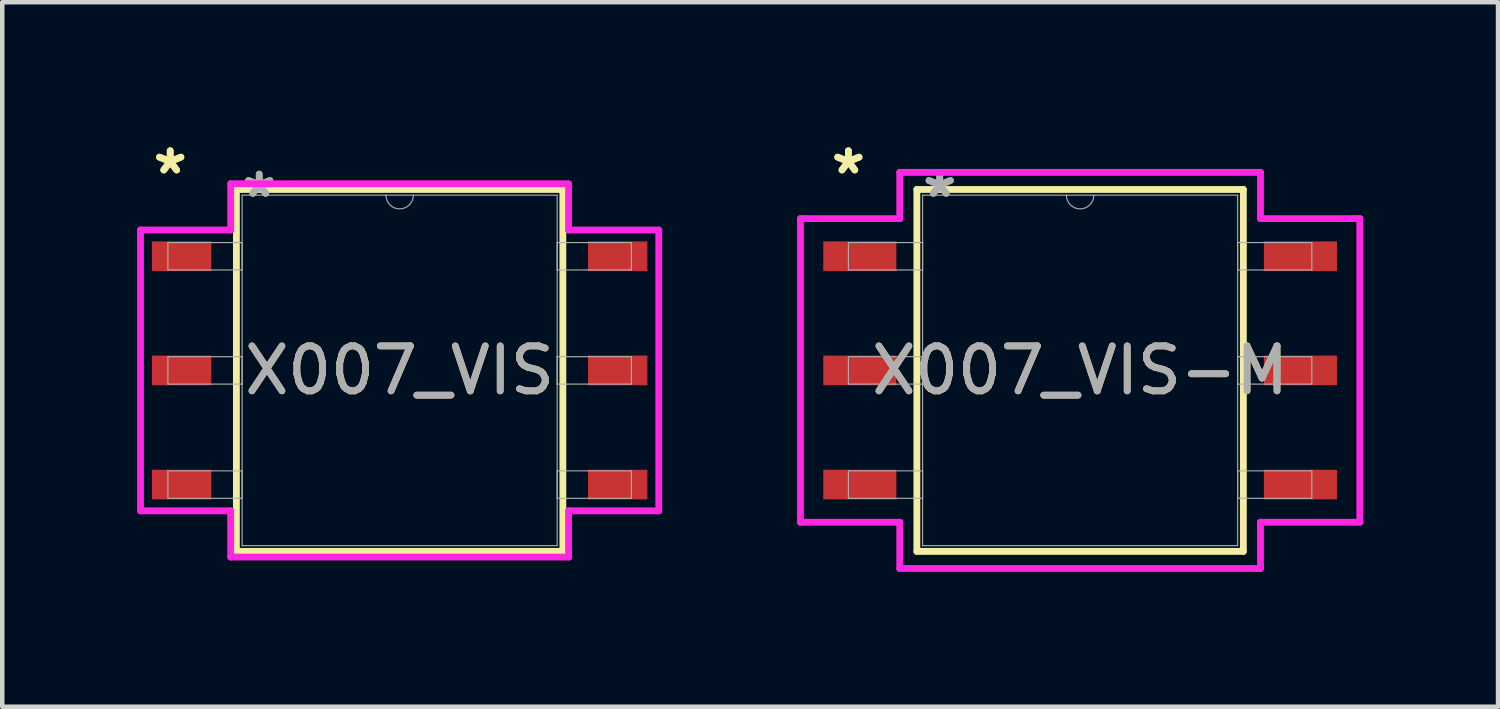
<source format=kicad_pcb>
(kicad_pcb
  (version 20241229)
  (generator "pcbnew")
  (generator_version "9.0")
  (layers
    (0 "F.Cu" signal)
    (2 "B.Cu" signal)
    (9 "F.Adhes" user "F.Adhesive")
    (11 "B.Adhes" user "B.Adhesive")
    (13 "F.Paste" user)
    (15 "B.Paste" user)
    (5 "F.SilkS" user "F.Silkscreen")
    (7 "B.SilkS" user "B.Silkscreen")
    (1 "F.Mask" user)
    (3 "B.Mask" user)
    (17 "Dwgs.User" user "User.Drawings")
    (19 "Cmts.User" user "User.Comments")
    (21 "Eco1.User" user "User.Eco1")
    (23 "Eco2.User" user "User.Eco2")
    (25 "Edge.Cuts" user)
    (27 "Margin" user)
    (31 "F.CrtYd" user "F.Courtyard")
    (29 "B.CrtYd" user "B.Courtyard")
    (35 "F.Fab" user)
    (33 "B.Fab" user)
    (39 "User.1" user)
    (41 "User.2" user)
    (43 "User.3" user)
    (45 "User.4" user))
  (footprint "X007_VIS"
    (layer "F.Cu")
    (at 5.842 5.192)
    (property "Reference" "X007_VIS" (at 0 0 0) (unlocked yes) (layer "F.SilkS") (effects (font (size 1 1) (thickness 0.15))))
    (attr smd)
    (fp_line (start -3.632 -4.026) (end -3.632 4.026) (stroke (width 0.152) (type solid)) (layer "F.SilkS"))
    (fp_line (start -3.632 4.026) (end 3.632 4.026) (stroke (width 0.152) (type solid)) (layer "F.SilkS"))
    (fp_line (start 3.632 -4.026) (end -3.632 -4.026) (stroke (width 0.152) (type solid)) (layer "F.SilkS"))
    (fp_line (start 3.632 4.026) (end 3.632 -4.026) (stroke (width 0.152) (type solid)) (layer "F.SilkS"))
    (fp_line (start -5.766 -3.124) (end -3.759 -3.124) (stroke (width 0.152) (type solid)) (layer "F.CrtYd"))
    (fp_line (start -5.766 3.124) (end -5.766 -3.124) (stroke (width 0.152) (type solid)) (layer "F.CrtYd"))
    (fp_line (start -5.766 3.124) (end -3.759 3.124) (stroke (width 0.152) (type solid)) (layer "F.CrtYd"))
    (fp_line (start -3.759 -4.153) (end 3.759 -4.153) (stroke (width 0.152) (type solid)) (layer "F.CrtYd"))
    (fp_line (start -3.759 -3.124) (end -3.759 -4.153) (stroke (width 0.152) (type solid)) (layer "F.CrtYd"))
    (fp_line (start -3.759 4.153) (end -3.759 3.124) (stroke (width 0.152) (type solid)) (layer "F.CrtYd"))
    (fp_line (start 3.759 -4.153) (end 3.759 -3.124) (stroke (width 0.152) (type solid)) (layer "F.CrtYd"))
    (fp_line (start 3.759 3.124) (end 3.759 4.153) (stroke (width 0.152) (type solid)) (layer "F.CrtYd"))
    (fp_line (start 3.759 4.153) (end -3.759 4.153) (stroke (width 0.152) (type solid)) (layer "F.CrtYd"))
    (fp_line (start 5.766 -3.124) (end 3.759 -3.124) (stroke (width 0.152) (type solid)) (layer "F.CrtYd"))
    (fp_line (start 5.766 -3.124) (end 5.766 3.124) (stroke (width 0.152) (type solid)) (layer "F.CrtYd"))
    (fp_line (start 5.766 3.124) (end 3.759 3.124) (stroke (width 0.152) (type solid)) (layer "F.CrtYd"))
    (fp_line (start -5.156 -2.845) (end -5.156 -2.235) (stroke (width 0.025) (type solid)) (layer "F.Fab"))
    (fp_line (start -5.156 -2.235) (end -3.505 -2.235) (stroke (width 0.025) (type solid)) (layer "F.Fab"))
    (fp_line (start -5.156 -0.305) (end -5.156 0.305) (stroke (width 0.025) (type solid)) (layer "F.Fab"))
    (fp_line (start -5.156 0.305) (end -3.505 0.305) (stroke (width 0.025) (type solid)) (layer "F.Fab"))
    (fp_line (start -5.156 2.235) (end -5.156 2.845) (stroke (width 0.025) (type solid)) (layer "F.Fab"))
    (fp_line (start -5.156 2.845) (end -3.505 2.845) (stroke (width 0.025) (type solid)) (layer "F.Fab"))
    (fp_line (start -3.505 -3.899) (end -3.505 3.899) (stroke (width 0.025) (type solid)) (layer "F.Fab"))
    (fp_line (start -3.505 -2.845) (end -5.156 -2.845) (stroke (width 0.025) (type solid)) (layer "F.Fab"))
    (fp_line (start -3.505 -2.235) (end -3.505 -2.845) (stroke (width 0.025) (type solid)) (layer "F.Fab"))
    (fp_line (start -3.505 -0.305) (end -5.156 -0.305) (stroke (width 0.025) (type solid)) (layer "F.Fab"))
    (fp_line (start -3.505 0.305) (end -3.505 -0.305) (stroke (width 0.025) (type solid)) (layer "F.Fab"))
    (fp_line (start -3.505 2.235) (end -5.156 2.235) (stroke (width 0.025) (type solid)) (layer "F.Fab"))
    (fp_line (start -3.505 2.845) (end -3.505 2.235) (stroke (width 0.025) (type solid)) (layer "F.Fab"))
    (fp_line (start -3.505 3.899) (end 3.505 3.899) (stroke (width 0.025) (type solid)) (layer "F.Fab"))
    (fp_line (start 3.505 -3.899) (end -3.505 -3.899) (stroke (width 0.025) (type solid)) (layer "F.Fab"))
    (fp_line (start 3.505 -2.845) (end 3.505 -2.235) (stroke (width 0.025) (type solid)) (layer "F.Fab"))
    (fp_line (start 3.505 -2.235) (end 5.156 -2.235) (stroke (width 0.025) (type solid)) (layer "F.Fab"))
    (fp_line (start 3.505 -0.305) (end 3.505 0.305) (stroke (width 0.025) (type solid)) (layer "F.Fab"))
    (fp_line (start 3.505 0.305) (end 5.156 0.305) (stroke (width 0.025) (type solid)) (layer "F.Fab"))
    (fp_line (start 3.505 2.235) (end 3.505 2.845) (stroke (width 0.025) (type solid)) (layer "F.Fab"))
    (fp_line (start 3.505 2.845) (end 5.156 2.845) (stroke (width 0.025) (type solid)) (layer "F.Fab"))
    (fp_line (start 3.505 3.899) (end 3.505 -3.899) (stroke (width 0.025) (type solid)) (layer "F.Fab"))
    (fp_line (start 5.156 -2.845) (end 3.505 -2.845) (stroke (width 0.025) (type solid)) (layer "F.Fab"))
    (fp_line (start 5.156 -2.235) (end 5.156 -2.845) (stroke (width 0.025) (type solid)) (layer "F.Fab"))
    (fp_line (start 5.156 -0.305) (end 3.505 -0.305) (stroke (width 0.025) (type solid)) (layer "F.Fab"))
    (fp_line (start 5.156 0.305) (end 5.156 -0.305) (stroke (width 0.025) (type solid)) (layer "F.Fab"))
    (fp_line (start 5.156 2.235) (end 3.505 2.235) (stroke (width 0.025) (type solid)) (layer "F.Fab"))
    (fp_line (start 5.156 2.845) (end 5.156 2.235) (stroke (width 0.025) (type solid)) (layer "F.Fab"))
    (fp_arc (start 0.3048 -3.8989) (mid 0 -3.5941) (end -0.3048 -3.8989) (stroke (width 0.0254) (type solid)) (layer "F.Fab"))
    (fp_text user "*" (at -5.105 -4.343 0) (unlocked yes) (layer "F.SilkS") (effects (font (size 1 1) (thickness 0.15))))
    (fp_text user "*" (at -5.105 -4.343 0) (layer "F.SilkS") (effects (font (size 1 1) (thickness 0.15))))
    (fp_text user "*" (at -3.124 -3.823 0) (unlocked yes) (layer "F.Fab") (effects (font (size 1 1) (thickness 0.15))))
    (fp_text user "*" (at -3.124 -3.823 0) (layer "F.Fab") (effects (font (size 1 1) (thickness 0.15))))
    (fp_text user "${REFERENCE}" (at 0 0 0) (unlocked yes) (layer "F.Fab") (effects (font (size 1 1) (thickness 0.15))))
    (pad "1" smd rect (at -4.851 -2.54) (size 1.321 0.66) (layers "F.Cu" "F.Mask" "F.Paste"))
    (pad "2" smd rect (at -4.851 0) (size 1.321 0.66) (layers "F.Cu" "F.Mask" "F.Paste"))
    (pad "3" smd rect (at -4.851 2.54) (size 1.321 0.66) (layers "F.Cu" "F.Mask" "F.Paste"))
    (pad "4" smd rect (at 4.851 2.54) (size 1.321 0.66) (layers "F.Cu" "F.Mask" "F.Paste"))
    (pad "5" smd rect (at 4.851 0) (size 1.321 0.66) (layers "F.Cu" "F.Mask" "F.Paste"))
    (pad "6" smd rect (at 4.851 -2.54) (size 1.321 0.66) (layers "F.Cu" "F.Mask" "F.Paste")))
  (footprint "X007_VIS-M"
    (layer "F.Cu")
    (at 20.983 5.192)
    (property "Reference" "X007_VIS-M" (at 0 0 0) (unlocked yes) (layer "F.SilkS") (effects (font (size 1 1) (thickness 0.15))))
    (attr smd)
    (fp_line (start -3.632 -4.026) (end -3.632 4.026) (stroke (width 0.152) (type solid)) (layer "F.SilkS"))
    (fp_line (start -3.632 4.026) (end 3.632 4.026) (stroke (width 0.152) (type solid)) (layer "F.SilkS"))
    (fp_line (start 3.632 -4.026) (end -3.632 -4.026) (stroke (width 0.152) (type solid)) (layer "F.SilkS"))
    (fp_line (start 3.632 4.026) (end 3.632 -4.026) (stroke (width 0.152) (type solid)) (layer "F.SilkS"))
    (fp_line (start -6.223 -3.378) (end -4.013 -3.378) (stroke (width 0.152) (type solid)) (layer "F.CrtYd"))
    (fp_line (start -6.223 3.378) (end -6.223 -3.378) (stroke (width 0.152) (type solid)) (layer "F.CrtYd"))
    (fp_line (start -6.223 3.378) (end -4.013 3.378) (stroke (width 0.152) (type solid)) (layer "F.CrtYd"))
    (fp_line (start -4.013 -4.407) (end 4.013 -4.407) (stroke (width 0.152) (type solid)) (layer "F.CrtYd"))
    (fp_line (start -4.013 -3.378) (end -4.013 -4.407) (stroke (width 0.152) (type solid)) (layer "F.CrtYd"))
    (fp_line (start -4.013 4.407) (end -4.013 3.378) (stroke (width 0.152) (type solid)) (layer "F.CrtYd"))
    (fp_line (start 4.013 -4.407) (end 4.013 -3.378) (stroke (width 0.152) (type solid)) (layer "F.CrtYd"))
    (fp_line (start 4.013 3.378) (end 4.013 4.407) (stroke (width 0.152) (type solid)) (layer "F.CrtYd"))
    (fp_line (start 4.013 4.407) (end -4.013 4.407) (stroke (width 0.152) (type solid)) (layer "F.CrtYd"))
    (fp_line (start 6.223 -3.378) (end 4.013 -3.378) (stroke (width 0.152) (type solid)) (layer "F.CrtYd"))
    (fp_line (start 6.223 -3.378) (end 6.223 3.378) (stroke (width 0.152) (type solid)) (layer "F.CrtYd"))
    (fp_line (start 6.223 3.378) (end 4.013 3.378) (stroke (width 0.152) (type solid)) (layer "F.CrtYd"))
    (fp_line (start -5.156 -2.845) (end -5.156 -2.235) (stroke (width 0.025) (type solid)) (layer "F.Fab"))
    (fp_line (start -5.156 -2.235) (end -3.505 -2.235) (stroke (width 0.025) (type solid)) (layer "F.Fab"))
    (fp_line (start -5.156 -0.305) (end -5.156 0.305) (stroke (width 0.025) (type solid)) (layer "F.Fab"))
    (fp_line (start -5.156 0.305) (end -3.505 0.305) (stroke (width 0.025) (type solid)) (layer "F.Fab"))
    (fp_line (start -5.156 2.235) (end -5.156 2.845) (stroke (width 0.025) (type solid)) (layer "F.Fab"))
    (fp_line (start -5.156 2.845) (end -3.505 2.845) (stroke (width 0.025) (type solid)) (layer "F.Fab"))
    (fp_line (start -3.505 -3.899) (end -3.505 3.899) (stroke (width 0.025) (type solid)) (layer "F.Fab"))
    (fp_line (start -3.505 -2.845) (end -5.156 -2.845) (stroke (width 0.025) (type solid)) (layer "F.Fab"))
    (fp_line (start -3.505 -2.235) (end -3.505 -2.845) (stroke (width 0.025) (type solid)) (layer "F.Fab"))
    (fp_line (start -3.505 -0.305) (end -5.156 -0.305) (stroke (width 0.025) (type solid)) (layer "F.Fab"))
    (fp_line (start -3.505 0.305) (end -3.505 -0.305) (stroke (width 0.025) (type solid)) (layer "F.Fab"))
    (fp_line (start -3.505 2.235) (end -5.156 2.235) (stroke (width 0.025) (type solid)) (layer "F.Fab"))
    (fp_line (start -3.505 2.845) (end -3.505 2.235) (stroke (width 0.025) (type solid)) (layer "F.Fab"))
    (fp_line (start -3.505 3.899) (end 3.505 3.899) (stroke (width 0.025) (type solid)) (layer "F.Fab"))
    (fp_line (start 3.505 -3.899) (end -3.505 -3.899) (stroke (width 0.025) (type solid)) (layer "F.Fab"))
    (fp_line (start 3.505 -2.845) (end 3.505 -2.235) (stroke (width 0.025) (type solid)) (layer "F.Fab"))
    (fp_line (start 3.505 -2.235) (end 5.156 -2.235) (stroke (width 0.025) (type solid)) (layer "F.Fab"))
    (fp_line (start 3.505 -0.305) (end 3.505 0.305) (stroke (width 0.025) (type solid)) (layer "F.Fab"))
    (fp_line (start 3.505 0.305) (end 5.156 0.305) (stroke (width 0.025) (type solid)) (layer "F.Fab"))
    (fp_line (start 3.505 2.235) (end 3.505 2.845) (stroke (width 0.025) (type solid)) (layer "F.Fab"))
    (fp_line (start 3.505 2.845) (end 5.156 2.845) (stroke (width 0.025) (type solid)) (layer "F.Fab"))
    (fp_line (start 3.505 3.899) (end 3.505 -3.899) (stroke (width 0.025) (type solid)) (layer "F.Fab"))
    (fp_line (start 5.156 -2.845) (end 3.505 -2.845) (stroke (width 0.025) (type solid)) (layer "F.Fab"))
    (fp_line (start 5.156 -2.235) (end 5.156 -2.845) (stroke (width 0.025) (type solid)) (layer "F.Fab"))
    (fp_line (start 5.156 -0.305) (end 3.505 -0.305) (stroke (width 0.025) (type solid)) (layer "F.Fab"))
    (fp_line (start 5.156 0.305) (end 5.156 -0.305) (stroke (width 0.025) (type solid)) (layer "F.Fab"))
    (fp_line (start 5.156 2.235) (end 3.505 2.235) (stroke (width 0.025) (type solid)) (layer "F.Fab"))
    (fp_line (start 5.156 2.845) (end 5.156 2.235) (stroke (width 0.025) (type solid)) (layer "F.Fab"))
    (fp_arc (start 0.3048 -3.8989) (mid 0 -3.5941) (end -0.3048 -3.8989) (stroke (width 0.0254) (type solid)) (layer "F.Fab"))
    (fp_text user "*" (at -5.156 -4.343 0) (unlocked yes) (layer "F.SilkS") (effects (font (size 1 1) (thickness 0.15))))
    (fp_text user "*" (at -5.156 -4.343 0) (layer "F.SilkS") (effects (font (size 1 1) (thickness 0.15))))
    (fp_text user "*" (at -3.124 -3.823 0) (unlocked yes) (layer "F.Fab") (effects (font (size 1 1) (thickness 0.15))))
    (fp_text user "*" (at -3.124 -3.823 0) (layer "F.Fab") (effects (font (size 1 1) (thickness 0.15))))
    (fp_text user "${REFERENCE}" (at 0 0 0) (unlocked yes) (layer "F.Fab") (effects (font (size 1 1) (thickness 0.15))))
    (pad "1" smd rect (at -4.902 -2.54) (size 1.626 0.66) (layers "F.Cu" "F.Mask" "F.Paste"))
    (pad "2" smd rect (at -4.902 0) (size 1.626 0.66) (layers "F.Cu" "F.Mask" "F.Paste"))
    (pad "3" smd rect (at -4.902 2.54) (size 1.626 0.66) (layers "F.Cu" "F.Mask" "F.Paste"))
    (pad "4" smd rect (at 4.902 2.54) (size 1.626 0.66) (layers "F.Cu" "F.Mask" "F.Paste"))
    (pad "5" smd rect (at 4.902 0) (size 1.626 0.66) (layers "F.Cu" "F.Mask" "F.Paste"))
    (pad "6" smd rect (at 4.902 -2.54) (size 1.626 0.66) (layers "F.Cu" "F.Mask" "F.Paste")))
  (gr_rect
    (start -3 -3)
    (end 30.282 12.675)
    (stroke (width 0.1) (type default))
    (fill no)
    (layer "Edge.Cuts")))
</source>
